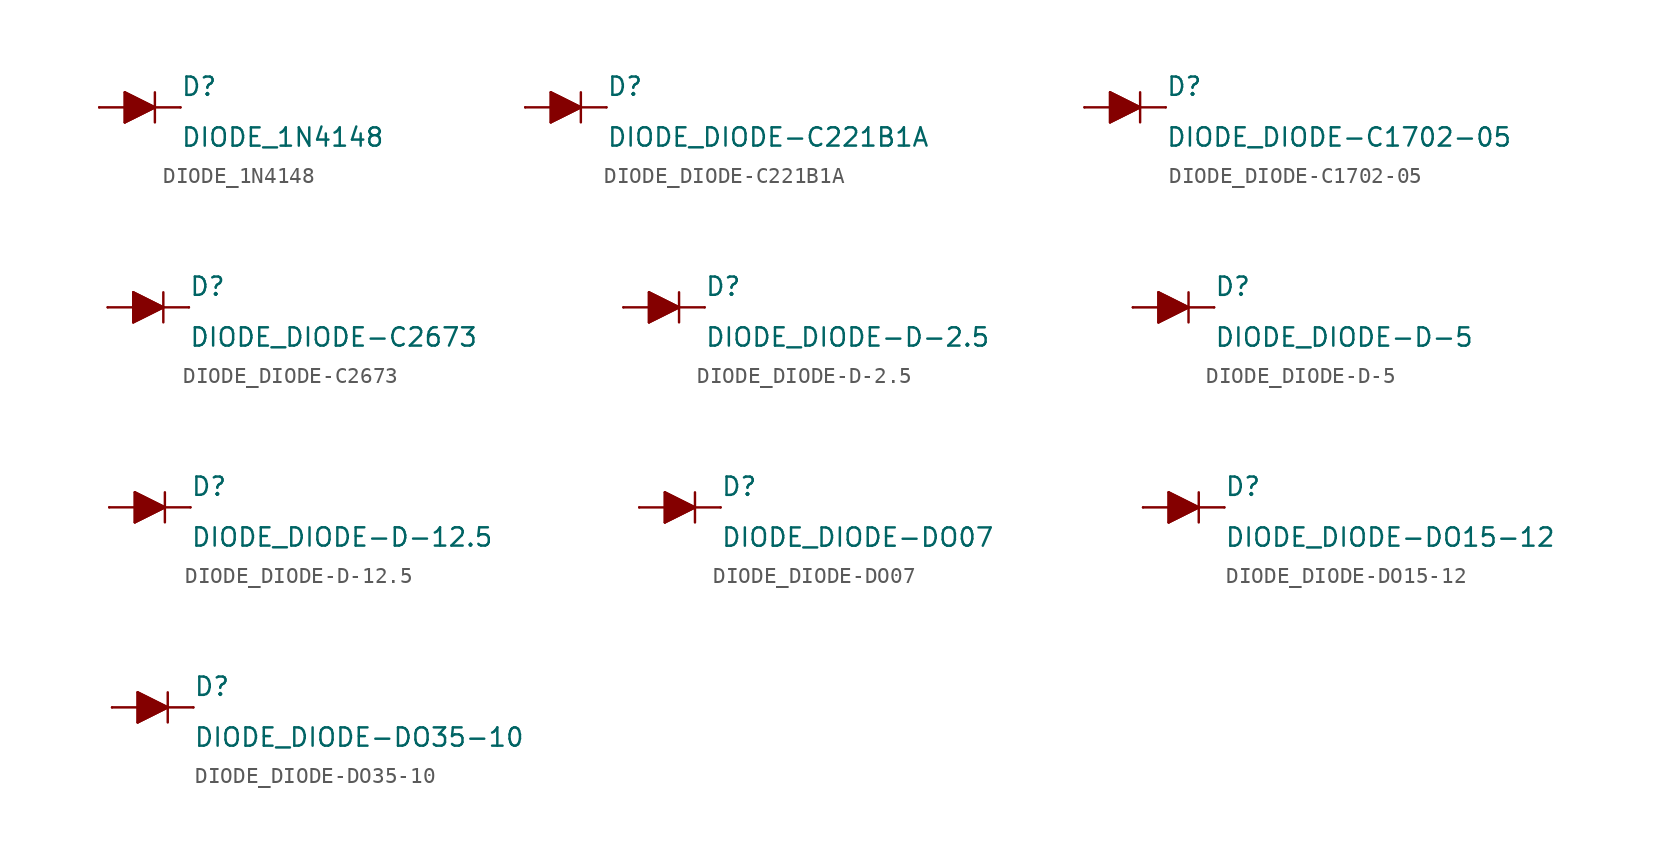
<source format=kicad_sym>
(kicad_symbol_lib
  (version 20210619)
  (generator kicad_symbol_editor)
  (symbol "DIODE_1N4148"
    (pin_numbers hide)
    (pin_names
      (offset 1.016) hide)
    (property "Reference" "D"
      (at 2.54 0.635 0)
      (effects (font (size 1.143 1.143)) (justify left bottom)))
    (property "Value" "DIODE_1N4148"
      (at 2.54 -2.54 0)
      (effects (font (size 1.143 1.143)) (justify left bottom)))
    (property "ki_locked" ""
      (at 0 0 0)
      (effects (font (size 1.27 1.27))))
    (symbol "DIODE_1N4148_1_0"
      (polyline (pts (xy -0.94 -0.94) (xy 0.94 0)) (stroke (width 0)) (fill (type none)))
      (polyline (pts (xy -0.94 0) (xy -2.54 0)) (stroke (width 0)) (fill (type none)))
      (polyline (pts (xy -0.94 0) (xy -0.94 -0.94)) (stroke (width 0)) (fill (type none)))
      (polyline (pts (xy -0.94 0.94) (xy -0.94 0)) (stroke (width 0)) (fill (type none)))
      (polyline (pts (xy 0.94 0) (xy -0.94 0.94)) (stroke (width 0)) (fill (type none)))
      (polyline (pts (xy 0.94 0) (xy 0.94 -0.94)) (stroke (width 0)) (fill (type none)))
      (polyline (pts (xy 0.94 0) (xy 2.54 0)) (stroke (width 0)) (fill (type none)))
      (polyline (pts (xy 0.94 0.94) (xy 0.94 0)) (stroke (width 0)) (fill (type none))))
    (symbol "DIODE_1N4148_1_1"
      (polyline (pts (xy -0.94 0.94) (xy 0.94 0) (xy 0.94 0) (xy -0.94 -0.94) (xy -0.94 -0.94) (xy -0.94 0.94)) (stroke (width 0)) (fill (type outline)))
      (pin passive line (at -2.54 0 0) (length 0) (name "A" (effects (font (size 1.016 1.016)))) (number "A" (effects (font (size 1.016 1.016)))))
      (pin passive line (at 2.54 0 180) (length 0) (name "C" (effects (font (size 1.016 1.016)))) (number "C" (effects (font (size 1.016 1.016)))))))
  (symbol "DIODE_DIODE-C221B1A"
    (pin_numbers hide)
    (pin_names
      (offset 1.016) hide)
    (property "Reference" "D"
      (at 2.54 0.635 0)
      (effects (font (size 1.143 1.143)) (justify left bottom)))
    (property "Value" "DIODE_DIODE-C221B1A"
      (at 2.54 -2.54 0)
      (effects (font (size 1.143 1.143)) (justify left bottom)))
    (property "ki_locked" ""
      (at 0 0 0)
      (effects (font (size 1.27 1.27))))
    (symbol "DIODE_DIODE-C221B1A_1_0"
      (polyline (pts (xy -0.94 -0.94) (xy 0.94 0)) (stroke (width 0)) (fill (type none)))
      (polyline (pts (xy -0.94 0) (xy -2.54 0)) (stroke (width 0)) (fill (type none)))
      (polyline (pts (xy -0.94 0) (xy -0.94 -0.94)) (stroke (width 0)) (fill (type none)))
      (polyline (pts (xy -0.94 0.94) (xy -0.94 0)) (stroke (width 0)) (fill (type none)))
      (polyline (pts (xy 0.94 0) (xy -0.94 0.94)) (stroke (width 0)) (fill (type none)))
      (polyline (pts (xy 0.94 0) (xy 0.94 -0.94)) (stroke (width 0)) (fill (type none)))
      (polyline (pts (xy 0.94 0) (xy 2.54 0)) (stroke (width 0)) (fill (type none)))
      (polyline (pts (xy 0.94 0.94) (xy 0.94 0)) (stroke (width 0)) (fill (type none))))
    (symbol "DIODE_DIODE-C221B1A_1_1"
      (polyline (pts (xy -0.94 0.94) (xy 0.94 0) (xy 0.94 0) (xy -0.94 -0.94) (xy -0.94 -0.94) (xy -0.94 0.94)) (stroke (width 0)) (fill (type outline)))
      (pin passive line (at -2.54 0 0) (length 0) (name "A" (effects (font (size 1.016 1.016)))) (number "A" (effects (font (size 1.016 1.016)))))
      (pin passive line (at 2.54 0 180) (length 0) (name "C" (effects (font (size 1.016 1.016)))) (number "C" (effects (font (size 1.016 1.016)))))))
  (symbol "DIODE_DIODE-C1702-05"
    (pin_numbers hide)
    (pin_names
      (offset 1.016) hide)
    (property "Reference" "D"
      (at 2.54 0.635 0)
      (effects (font (size 1.143 1.143)) (justify left bottom)))
    (property "Value" "DIODE_DIODE-C1702-05"
      (at 2.54 -2.54 0)
      (effects (font (size 1.143 1.143)) (justify left bottom)))
    (property "ki_locked" ""
      (at 0 0 0)
      (effects (font (size 1.27 1.27))))
    (symbol "DIODE_DIODE-C1702-05_1_0"
      (polyline (pts (xy -0.94 -0.94) (xy 0.94 0)) (stroke (width 0)) (fill (type none)))
      (polyline (pts (xy -0.94 0) (xy -2.54 0)) (stroke (width 0)) (fill (type none)))
      (polyline (pts (xy -0.94 0) (xy -0.94 -0.94)) (stroke (width 0)) (fill (type none)))
      (polyline (pts (xy -0.94 0.94) (xy -0.94 0)) (stroke (width 0)) (fill (type none)))
      (polyline (pts (xy 0.94 0) (xy -0.94 0.94)) (stroke (width 0)) (fill (type none)))
      (polyline (pts (xy 0.94 0) (xy 0.94 -0.94)) (stroke (width 0)) (fill (type none)))
      (polyline (pts (xy 0.94 0) (xy 2.54 0)) (stroke (width 0)) (fill (type none)))
      (polyline (pts (xy 0.94 0.94) (xy 0.94 0)) (stroke (width 0)) (fill (type none))))
    (symbol "DIODE_DIODE-C1702-05_1_1"
      (polyline (pts (xy -0.94 0.94) (xy 0.94 0) (xy 0.94 0) (xy -0.94 -0.94) (xy -0.94 -0.94) (xy -0.94 0.94)) (stroke (width 0)) (fill (type outline)))
      (pin passive line (at -2.54 0 0) (length 0) (name "A" (effects (font (size 1.016 1.016)))) (number "A" (effects (font (size 1.016 1.016)))))
      (pin passive line (at 2.54 0 180) (length 0) (name "C" (effects (font (size 1.016 1.016)))) (number "C" (effects (font (size 1.016 1.016)))))))
  (symbol "DIODE_DIODE-C2673"
    (pin_numbers hide)
    (pin_names
      (offset 1.016) hide)
    (property "Reference" "D"
      (at 2.54 0.635 0)
      (effects (font (size 1.143 1.143)) (justify left bottom)))
    (property "Value" "DIODE_DIODE-C2673"
      (at 2.54 -2.54 0)
      (effects (font (size 1.143 1.143)) (justify left bottom)))
    (property "ki_locked" ""
      (at 0 0 0)
      (effects (font (size 1.27 1.27))))
    (symbol "DIODE_DIODE-C2673_1_0"
      (polyline (pts (xy -0.94 -0.94) (xy 0.94 0)) (stroke (width 0)) (fill (type none)))
      (polyline (pts (xy -0.94 0) (xy -2.54 0)) (stroke (width 0)) (fill (type none)))
      (polyline (pts (xy -0.94 0) (xy -0.94 -0.94)) (stroke (width 0)) (fill (type none)))
      (polyline (pts (xy -0.94 0.94) (xy -0.94 0)) (stroke (width 0)) (fill (type none)))
      (polyline (pts (xy 0.94 0) (xy -0.94 0.94)) (stroke (width 0)) (fill (type none)))
      (polyline (pts (xy 0.94 0) (xy 0.94 -0.94)) (stroke (width 0)) (fill (type none)))
      (polyline (pts (xy 0.94 0) (xy 2.54 0)) (stroke (width 0)) (fill (type none)))
      (polyline (pts (xy 0.94 0.94) (xy 0.94 0)) (stroke (width 0)) (fill (type none))))
    (symbol "DIODE_DIODE-C2673_1_1"
      (polyline (pts (xy -0.94 0.94) (xy 0.94 0) (xy 0.94 0) (xy -0.94 -0.94) (xy -0.94 -0.94) (xy -0.94 0.94)) (stroke (width 0)) (fill (type outline)))
      (pin passive line (at -2.54 0 0) (length 0) (name "A" (effects (font (size 1.016 1.016)))) (number "A" (effects (font (size 1.016 1.016)))))
      (pin passive line (at 2.54 0 180) (length 0) (name "C" (effects (font (size 1.016 1.016)))) (number "C" (effects (font (size 1.016 1.016)))))))
  (symbol "DIODE_DIODE-D-2.5"
    (pin_numbers hide)
    (pin_names
      (offset 1.016) hide)
    (property "Reference" "D"
      (at 2.54 0.635 0)
      (effects (font (size 1.143 1.143)) (justify left bottom)))
    (property "Value" "DIODE_DIODE-D-2.5"
      (at 2.54 -2.54 0)
      (effects (font (size 1.143 1.143)) (justify left bottom)))
    (property "ki_locked" ""
      (at 0 0 0)
      (effects (font (size 1.27 1.27))))
    (symbol "DIODE_DIODE-D-2.5_1_0"
      (polyline (pts (xy -0.94 -0.94) (xy 0.94 0)) (stroke (width 0)) (fill (type none)))
      (polyline (pts (xy -0.94 0) (xy -2.54 0)) (stroke (width 0)) (fill (type none)))
      (polyline (pts (xy -0.94 0) (xy -0.94 -0.94)) (stroke (width 0)) (fill (type none)))
      (polyline (pts (xy -0.94 0.94) (xy -0.94 0)) (stroke (width 0)) (fill (type none)))
      (polyline (pts (xy 0.94 0) (xy -0.94 0.94)) (stroke (width 0)) (fill (type none)))
      (polyline (pts (xy 0.94 0) (xy 0.94 -0.94)) (stroke (width 0)) (fill (type none)))
      (polyline (pts (xy 0.94 0) (xy 2.54 0)) (stroke (width 0)) (fill (type none)))
      (polyline (pts (xy 0.94 0.94) (xy 0.94 0)) (stroke (width 0)) (fill (type none))))
    (symbol "DIODE_DIODE-D-2.5_1_1"
      (polyline (pts (xy -0.94 0.94) (xy 0.94 0) (xy 0.94 0) (xy -0.94 -0.94) (xy -0.94 -0.94) (xy -0.94 0.94)) (stroke (width 0)) (fill (type outline)))
      (pin passive line (at -2.54 0 0) (length 0) (name "A" (effects (font (size 1.016 1.016)))) (number "A" (effects (font (size 1.016 1.016)))))
      (pin passive line (at 2.54 0 180) (length 0) (name "C" (effects (font (size 1.016 1.016)))) (number "C" (effects (font (size 1.016 1.016)))))))
  (symbol "DIODE_DIODE-D-5"
    (pin_numbers hide)
    (pin_names
      (offset 1.016) hide)
    (property "Reference" "D"
      (at 2.54 0.635 0)
      (effects (font (size 1.143 1.143)) (justify left bottom)))
    (property "Value" "DIODE_DIODE-D-5"
      (at 2.54 -2.54 0)
      (effects (font (size 1.143 1.143)) (justify left bottom)))
    (property "ki_locked" ""
      (at 0 0 0)
      (effects (font (size 1.27 1.27))))
    (symbol "DIODE_DIODE-D-5_1_0"
      (polyline (pts (xy -0.94 -0.94) (xy 0.94 0)) (stroke (width 0)) (fill (type none)))
      (polyline (pts (xy -0.94 0) (xy -2.54 0)) (stroke (width 0)) (fill (type none)))
      (polyline (pts (xy -0.94 0) (xy -0.94 -0.94)) (stroke (width 0)) (fill (type none)))
      (polyline (pts (xy -0.94 0.94) (xy -0.94 0)) (stroke (width 0)) (fill (type none)))
      (polyline (pts (xy 0.94 0) (xy -0.94 0.94)) (stroke (width 0)) (fill (type none)))
      (polyline (pts (xy 0.94 0) (xy 0.94 -0.94)) (stroke (width 0)) (fill (type none)))
      (polyline (pts (xy 0.94 0) (xy 2.54 0)) (stroke (width 0)) (fill (type none)))
      (polyline (pts (xy 0.94 0.94) (xy 0.94 0)) (stroke (width 0)) (fill (type none))))
    (symbol "DIODE_DIODE-D-5_1_1"
      (polyline (pts (xy -0.94 0.94) (xy 0.94 0) (xy 0.94 0) (xy -0.94 -0.94) (xy -0.94 -0.94) (xy -0.94 0.94)) (stroke (width 0)) (fill (type outline)))
      (pin passive line (at -2.54 0 0) (length 0) (name "A" (effects (font (size 1.016 1.016)))) (number "A" (effects (font (size 1.016 1.016)))))
      (pin passive line (at 2.54 0 180) (length 0) (name "C" (effects (font (size 1.016 1.016)))) (number "C" (effects (font (size 1.016 1.016)))))))
  (symbol "DIODE_DIODE-D-12.5"
    (pin_numbers hide)
    (pin_names
      (offset 1.016) hide)
    (property "Reference" "D"
      (at 2.54 0.635 0)
      (effects (font (size 1.143 1.143)) (justify left bottom)))
    (property "Value" "DIODE_DIODE-D-12.5"
      (at 2.54 -2.54 0)
      (effects (font (size 1.143 1.143)) (justify left bottom)))
    (property "ki_locked" ""
      (at 0 0 0)
      (effects (font (size 1.27 1.27))))
    (symbol "DIODE_DIODE-D-12.5_1_0"
      (polyline (pts (xy -0.94 -0.94) (xy 0.94 0)) (stroke (width 0)) (fill (type none)))
      (polyline (pts (xy -0.94 0) (xy -2.54 0)) (stroke (width 0)) (fill (type none)))
      (polyline (pts (xy -0.94 0) (xy -0.94 -0.94)) (stroke (width 0)) (fill (type none)))
      (polyline (pts (xy -0.94 0.94) (xy -0.94 0)) (stroke (width 0)) (fill (type none)))
      (polyline (pts (xy 0.94 0) (xy -0.94 0.94)) (stroke (width 0)) (fill (type none)))
      (polyline (pts (xy 0.94 0) (xy 0.94 -0.94)) (stroke (width 0)) (fill (type none)))
      (polyline (pts (xy 0.94 0) (xy 2.54 0)) (stroke (width 0)) (fill (type none)))
      (polyline (pts (xy 0.94 0.94) (xy 0.94 0)) (stroke (width 0)) (fill (type none))))
    (symbol "DIODE_DIODE-D-12.5_1_1"
      (polyline (pts (xy -0.94 0.94) (xy 0.94 0) (xy 0.94 0) (xy -0.94 -0.94) (xy -0.94 -0.94) (xy -0.94 0.94)) (stroke (width 0)) (fill (type outline)))
      (pin passive line (at -2.54 0 0) (length 0) (name "A" (effects (font (size 1.016 1.016)))) (number "A" (effects (font (size 1.016 1.016)))))
      (pin passive line (at 2.54 0 180) (length 0) (name "C" (effects (font (size 1.016 1.016)))) (number "C" (effects (font (size 1.016 1.016)))))))
  (symbol "DIODE_DIODE-DO07"
    (pin_numbers hide)
    (pin_names
      (offset 1.016) hide)
    (property "Reference" "D"
      (at 2.54 0.635 0)
      (effects (font (size 1.143 1.143)) (justify left bottom)))
    (property "Value" "DIODE_DIODE-DO07"
      (at 2.54 -2.54 0)
      (effects (font (size 1.143 1.143)) (justify left bottom)))
    (property "ki_locked" ""
      (at 0 0 0)
      (effects (font (size 1.27 1.27))))
    (symbol "DIODE_DIODE-DO07_1_0"
      (polyline (pts (xy -0.94 -0.94) (xy 0.94 0)) (stroke (width 0)) (fill (type none)))
      (polyline (pts (xy -0.94 0) (xy -2.54 0)) (stroke (width 0)) (fill (type none)))
      (polyline (pts (xy -0.94 0) (xy -0.94 -0.94)) (stroke (width 0)) (fill (type none)))
      (polyline (pts (xy -0.94 0.94) (xy -0.94 0)) (stroke (width 0)) (fill (type none)))
      (polyline (pts (xy 0.94 0) (xy -0.94 0.94)) (stroke (width 0)) (fill (type none)))
      (polyline (pts (xy 0.94 0) (xy 0.94 -0.94)) (stroke (width 0)) (fill (type none)))
      (polyline (pts (xy 0.94 0) (xy 2.54 0)) (stroke (width 0)) (fill (type none)))
      (polyline (pts (xy 0.94 0.94) (xy 0.94 0)) (stroke (width 0)) (fill (type none))))
    (symbol "DIODE_DIODE-DO07_1_1"
      (polyline (pts (xy -0.94 0.94) (xy 0.94 0) (xy 0.94 0) (xy -0.94 -0.94) (xy -0.94 -0.94) (xy -0.94 0.94)) (stroke (width 0)) (fill (type outline)))
      (pin passive line (at -2.54 0 0) (length 0) (name "A" (effects (font (size 1.016 1.016)))) (number "A" (effects (font (size 1.016 1.016)))))
      (pin passive line (at 2.54 0 180) (length 0) (name "C" (effects (font (size 1.016 1.016)))) (number "C" (effects (font (size 1.016 1.016)))))))
  (symbol "DIODE_DIODE-DO15-12"
    (pin_numbers hide)
    (pin_names
      (offset 1.016) hide)
    (property "Reference" "D"
      (at 2.54 0.635 0)
      (effects (font (size 1.143 1.143)) (justify left bottom)))
    (property "Value" "DIODE_DIODE-DO15-12"
      (at 2.54 -2.54 0)
      (effects (font (size 1.143 1.143)) (justify left bottom)))
    (property "ki_locked" ""
      (at 0 0 0)
      (effects (font (size 1.27 1.27))))
    (symbol "DIODE_DIODE-DO15-12_1_0"
      (polyline (pts (xy -0.94 -0.94) (xy 0.94 0)) (stroke (width 0)) (fill (type none)))
      (polyline (pts (xy -0.94 0) (xy -2.54 0)) (stroke (width 0)) (fill (type none)))
      (polyline (pts (xy -0.94 0) (xy -0.94 -0.94)) (stroke (width 0)) (fill (type none)))
      (polyline (pts (xy -0.94 0.94) (xy -0.94 0)) (stroke (width 0)) (fill (type none)))
      (polyline (pts (xy 0.94 0) (xy -0.94 0.94)) (stroke (width 0)) (fill (type none)))
      (polyline (pts (xy 0.94 0) (xy 0.94 -0.94)) (stroke (width 0)) (fill (type none)))
      (polyline (pts (xy 0.94 0) (xy 2.54 0)) (stroke (width 0)) (fill (type none)))
      (polyline (pts (xy 0.94 0.94) (xy 0.94 0)) (stroke (width 0)) (fill (type none))))
    (symbol "DIODE_DIODE-DO15-12_1_1"
      (polyline (pts (xy -0.94 0.94) (xy 0.94 0) (xy 0.94 0) (xy -0.94 -0.94) (xy -0.94 -0.94) (xy -0.94 0.94)) (stroke (width 0)) (fill (type outline)))
      (pin passive line (at -2.54 0 0) (length 0) (name "A" (effects (font (size 1.016 1.016)))) (number "A" (effects (font (size 1.016 1.016)))))
      (pin passive line (at 2.54 0 180) (length 0) (name "C" (effects (font (size 1.016 1.016)))) (number "C" (effects (font (size 1.016 1.016)))))))
  (symbol "DIODE_DIODE-DO35-10"
    (pin_numbers hide)
    (pin_names
      (offset 1.016) hide)
    (property "Reference" "D"
      (at 2.54 0.635 0)
      (effects (font (size 1.143 1.143)) (justify left bottom)))
    (property "Value" "DIODE_DIODE-DO35-10"
      (at 2.54 -2.54 0)
      (effects (font (size 1.143 1.143)) (justify left bottom)))
    (property "ki_locked" ""
      (at 0 0 0)
      (effects (font (size 1.27 1.27))))
    (symbol "DIODE_DIODE-DO35-10_1_0"
      (polyline (pts (xy -0.94 -0.94) (xy 0.94 0)) (stroke (width 0)) (fill (type none)))
      (polyline (pts (xy -0.94 0) (xy -2.54 0)) (stroke (width 0)) (fill (type none)))
      (polyline (pts (xy -0.94 0) (xy -0.94 -0.94)) (stroke (width 0)) (fill (type none)))
      (polyline (pts (xy -0.94 0.94) (xy -0.94 0)) (stroke (width 0)) (fill (type none)))
      (polyline (pts (xy 0.94 0) (xy -0.94 0.94)) (stroke (width 0)) (fill (type none)))
      (polyline (pts (xy 0.94 0) (xy 0.94 -0.94)) (stroke (width 0)) (fill (type none)))
      (polyline (pts (xy 0.94 0) (xy 2.54 0)) (stroke (width 0)) (fill (type none)))
      (polyline (pts (xy 0.94 0.94) (xy 0.94 0)) (stroke (width 0)) (fill (type none))))
    (symbol "DIODE_DIODE-DO35-10_1_1"
      (polyline (pts (xy -0.94 0.94) (xy 0.94 0) (xy 0.94 0) (xy -0.94 -0.94) (xy -0.94 -0.94) (xy -0.94 0.94)) (stroke (width 0)) (fill (type outline)))
      (pin passive line (at -2.54 0 0) (length 0) (name "A" (effects (font (size 1.016 1.016)))) (number "A" (effects (font (size 1.016 1.016)))))
      (pin passive line (at 2.54 0 180) (length 0) (name "C" (effects (font (size 1.016 1.016)))) (number "C" (effects (font (size 1.016 1.016))))))))
</source>
